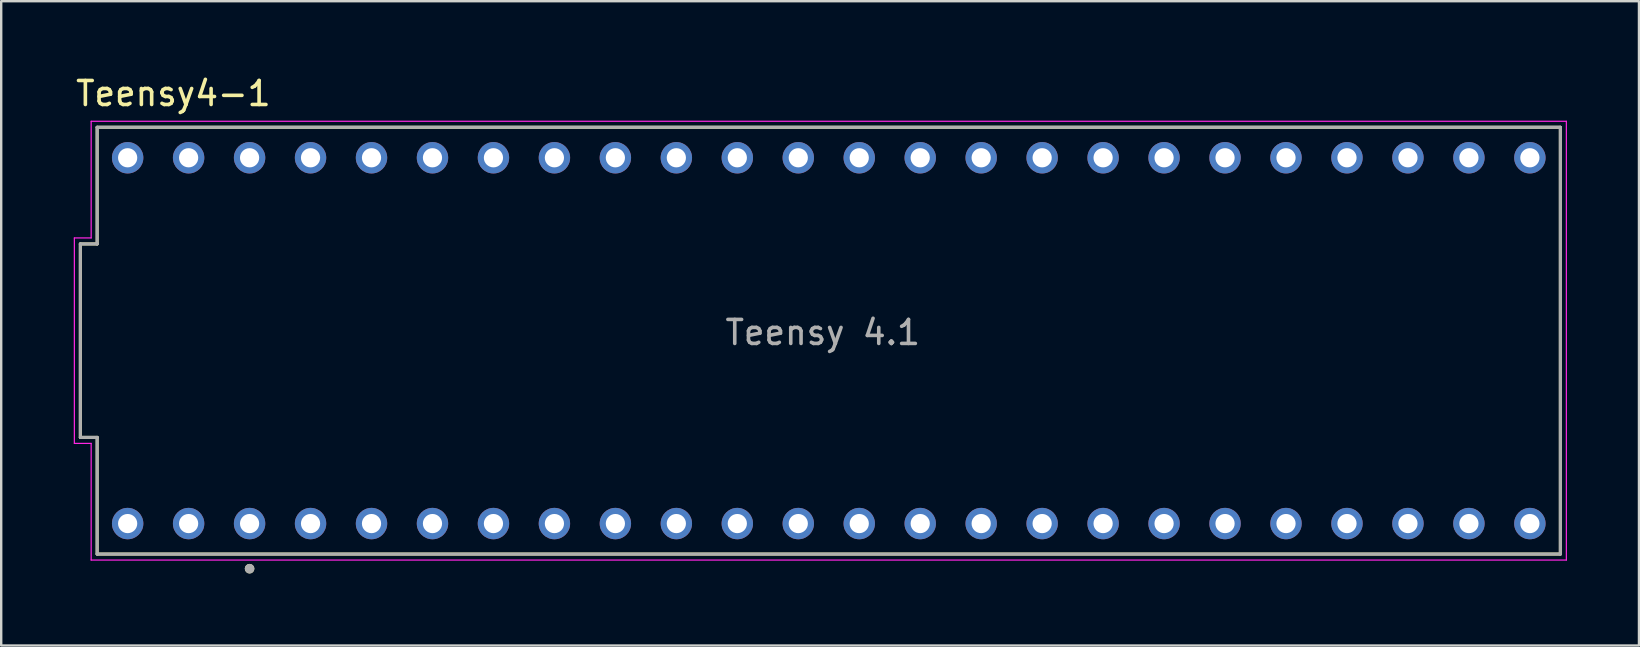
<source format=kicad_pcb>
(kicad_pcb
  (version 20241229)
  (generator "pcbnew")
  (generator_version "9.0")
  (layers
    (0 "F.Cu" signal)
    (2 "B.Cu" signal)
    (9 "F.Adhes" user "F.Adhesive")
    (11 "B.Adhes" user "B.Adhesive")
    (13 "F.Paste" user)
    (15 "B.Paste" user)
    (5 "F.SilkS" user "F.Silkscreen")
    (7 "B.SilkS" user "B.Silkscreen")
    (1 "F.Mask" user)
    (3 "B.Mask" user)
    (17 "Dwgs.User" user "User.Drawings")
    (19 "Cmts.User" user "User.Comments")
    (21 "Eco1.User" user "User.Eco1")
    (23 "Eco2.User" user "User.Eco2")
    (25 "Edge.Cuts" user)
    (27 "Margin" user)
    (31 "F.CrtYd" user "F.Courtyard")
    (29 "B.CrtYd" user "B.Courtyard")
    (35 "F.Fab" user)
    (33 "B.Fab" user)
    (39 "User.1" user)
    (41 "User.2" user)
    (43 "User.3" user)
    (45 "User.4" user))
  (footprint "Teensy4-1"
    (layer "F.Cu")
    (at 31.478 11.143)
    (property "Reference" "Teensy4-1" (at -27.305 -10.295 0) (layer "F.SilkS") (effects (font (size 1 1) (thickness 0.15))))
    (attr through_hole)
    (fp_line (start -31.18 4.03) (end -31.18 -4.03) (stroke (width 0.127) (type solid)) (layer "F.SilkS"))
    (fp_line (start -30.48 -8.89) (end -30.48 -4.03) (stroke (width 0.127) (type solid)) (layer "F.SilkS"))
    (fp_line (start -30.48 -8.89) (end 30.48 -8.89) (stroke (width 0.127) (type solid)) (layer "F.SilkS"))
    (fp_line (start -30.48 -4.03) (end -31.18 -4.03) (stroke (width 0.127) (type solid)) (layer "F.SilkS"))
    (fp_line (start -30.48 4.03) (end -31.18 4.03) (stroke (width 0.127) (type solid)) (layer "F.SilkS"))
    (fp_line (start -30.48 8.89) (end -30.48 4.03) (stroke (width 0.127) (type solid)) (layer "F.SilkS"))
    (fp_line (start 30.48 -8.89) (end 30.48 8.89) (stroke (width 0.127) (type solid)) (layer "F.SilkS"))
    (fp_line (start 30.48 8.89) (end -30.48 8.89) (stroke (width 0.127) (type solid)) (layer "F.SilkS"))
    (fp_circle (center -24.13 9.5) (end -24.03 9.5) (stroke (width 0.2) (type solid)) (fill no) (layer "F.SilkS"))
    (fp_line (start -31.43 4.28) (end -31.43 -4.28) (stroke (width 0.05) (type solid)) (layer "F.CrtYd"))
    (fp_line (start -30.73 -9.14) (end -30.73 -4.28) (stroke (width 0.05) (type solid)) (layer "F.CrtYd"))
    (fp_line (start -30.73 -9.14) (end 30.73 -9.14) (stroke (width 0.05) (type solid)) (layer "F.CrtYd"))
    (fp_line (start -30.73 -4.28) (end -31.43 -4.28) (stroke (width 0.05) (type solid)) (layer "F.CrtYd"))
    (fp_line (start -30.73 4.28) (end -31.43 4.28) (stroke (width 0.05) (type solid)) (layer "F.CrtYd"))
    (fp_line (start -30.73 9.14) (end -30.73 4.28) (stroke (width 0.05) (type solid)) (layer "F.CrtYd"))
    (fp_line (start 30.73 -9.14) (end 30.73 9.14) (stroke (width 0.05) (type solid)) (layer "F.CrtYd"))
    (fp_line (start 30.73 9.14) (end -30.73 9.14) (stroke (width 0.05) (type solid)) (layer "F.CrtYd"))
    (fp_line (start -31.18 4.03) (end -31.18 -4.03) (stroke (width 0.127) (type solid)) (layer "F.Fab"))
    (fp_line (start -30.48 -8.89) (end -30.48 -4.03) (stroke (width 0.127) (type solid)) (layer "F.Fab"))
    (fp_line (start -30.48 -8.89) (end 30.48 -8.89) (stroke (width 0.127) (type solid)) (layer "F.Fab"))
    (fp_line (start -30.48 -4.03) (end -31.18 -4.03) (stroke (width 0.127) (type solid)) (layer "F.Fab"))
    (fp_line (start -30.48 4.03) (end -31.18 4.03) (stroke (width 0.127) (type solid)) (layer "F.Fab"))
    (fp_line (start -30.48 8.89) (end -30.48 4.03) (stroke (width 0.127) (type solid)) (layer "F.Fab"))
    (fp_line (start 30.48 -8.89) (end 30.48 8.89) (stroke (width 0.127) (type solid)) (layer "F.Fab"))
    (fp_line (start 30.48 8.89) (end -30.48 8.89) (stroke (width 0.127) (type solid)) (layer "F.Fab"))
    (fp_circle (center -24.13 9.5) (end -24.03 9.5) (stroke (width 0.2) (type solid)) (fill no) (layer "F.Fab"))
    (fp_text user "Teensy 4.1" (at -0.25 -0.34 0) (layer "F.Fab") (effects (font (size 1 1) (thickness 0.15))))
    (pad "0" thru_hole circle (at -26.67 7.62) (size 1.308 1.308) (drill 0.8) (layers "*.Cu" "*.Mask"))
    (pad "1" thru_hole circle (at -24.13 7.62) (size 1.308 1.308) (drill 0.8) (layers "*.Cu" "*.Mask"))
    (pad "2" thru_hole circle (at -21.59 7.62) (size 1.308 1.308) (drill 0.8) (layers "*.Cu" "*.Mask"))
    (pad "3" thru_hole circle (at -19.05 7.62) (size 1.308 1.308) (drill 0.8) (layers "*.Cu" "*.Mask"))
    (pad "3.3V_1" thru_hole circle (at 6.35 7.62) (size 1.308 1.308) (drill 0.8) (layers "*.Cu" "*.Mask"))
    (pad "3.3V_2" thru_hole circle (at -24.13 -7.62) (size 1.308 1.308) (drill 0.8) (layers "*.Cu" "*.Mask"))
    (pad "4" thru_hole circle (at -16.51 7.62) (size 1.308 1.308) (drill 0.8) (layers "*.Cu" "*.Mask"))
    (pad "5" thru_hole circle (at -13.97 7.62) (size 1.308 1.308) (drill 0.8) (layers "*.Cu" "*.Mask"))
    (pad "6" thru_hole circle (at -11.43 7.62) (size 1.308 1.308) (drill 0.8) (layers "*.Cu" "*.Mask"))
    (pad "7" thru_hole circle (at -8.89 7.62) (size 1.308 1.308) (drill 0.8) (layers "*.Cu" "*.Mask"))
    (pad "8" thru_hole circle (at -6.35 7.62) (size 1.308 1.308) (drill 0.8) (layers "*.Cu" "*.Mask"))
    (pad "9" thru_hole circle (at -3.81 7.62) (size 1.308 1.308) (drill 0.8) (layers "*.Cu" "*.Mask"))
    (pad "10" thru_hole circle (at -1.27 7.62) (size 1.308 1.308) (drill 0.8) (layers "*.Cu" "*.Mask"))
    (pad "11" thru_hole circle (at 1.27 7.62) (size 1.308 1.308) (drill 0.8) (layers "*.Cu" "*.Mask"))
    (pad "12" thru_hole circle (at 3.81 7.62) (size 1.308 1.308) (drill 0.8) (layers "*.Cu" "*.Mask"))
    (pad "13" thru_hole circle (at 3.81 -7.62) (size 1.308 1.308) (drill 0.8) (layers "*.Cu" "*.Mask"))
    (pad "14" thru_hole circle (at 1.27 -7.62) (size 1.308 1.308) (drill 0.8) (layers "*.Cu" "*.Mask"))
    (pad "15" thru_hole circle (at -1.27 -7.62) (size 1.308 1.308) (drill 0.8) (layers "*.Cu" "*.Mask"))
    (pad "16" thru_hole circle (at -3.81 -7.62) (size 1.308 1.308) (drill 0.8) (layers "*.Cu" "*.Mask"))
    (pad "17" thru_hole circle (at -6.35 -7.62) (size 1.308 1.308) (drill 0.8) (layers "*.Cu" "*.Mask"))
    (pad "18" thru_hole circle (at -8.89 -7.62) (size 1.308 1.308) (drill 0.8) (layers "*.Cu" "*.Mask"))
    (pad "19" thru_hole circle (at -11.43 -7.62) (size 1.308 1.308) (drill 0.8) (layers "*.Cu" "*.Mask"))
    (pad "20" thru_hole circle (at -13.97 -7.62) (size 1.308 1.308) (drill 0.8) (layers "*.Cu" "*.Mask"))
    (pad "21" thru_hole circle (at -16.51 -7.62) (size 1.308 1.308) (drill 0.8) (layers "*.Cu" "*.Mask"))
    (pad "22" thru_hole circle (at -19.05 -7.62) (size 1.308 1.308) (drill 0.8) (layers "*.Cu" "*.Mask"))
    (pad "23" thru_hole circle (at -21.59 -7.62) (size 1.308 1.308) (drill 0.8) (layers "*.Cu" "*.Mask"))
    (pad "24" thru_hole circle (at 8.89 7.62) (size 1.308 1.308) (drill 0.8) (layers "*.Cu" "*.Mask"))
    (pad "25" thru_hole circle (at 11.43 7.62) (size 1.308 1.308) (drill 0.8) (layers "*.Cu" "*.Mask"))
    (pad "26" thru_hole circle (at 13.97 7.62) (size 1.308 1.308) (drill 0.8) (layers "*.Cu" "*.Mask"))
    (pad "27" thru_hole circle (at 16.51 7.62) (size 1.308 1.308) (drill 0.8) (layers "*.Cu" "*.Mask"))
    (pad "28" thru_hole circle (at 19.05 7.62) (size 1.308 1.308) (drill 0.8) (layers "*.Cu" "*.Mask"))
    (pad "29" thru_hole circle (at 21.59 7.62) (size 1.308 1.308) (drill 0.8) (layers "*.Cu" "*.Mask"))
    (pad "30" thru_hole circle (at 24.13 7.62) (size 1.308 1.308) (drill 0.8) (layers "*.Cu" "*.Mask"))
    (pad "31" thru_hole circle (at 26.67 7.62) (size 1.308 1.308) (drill 0.8) (layers "*.Cu" "*.Mask"))
    (pad "32" thru_hole circle (at 29.21 7.62) (size 1.308 1.308) (drill 0.8) (layers "*.Cu" "*.Mask"))
    (pad "33" thru_hole circle (at 29.21 -7.62) (size 1.308 1.308) (drill 0.8) (layers "*.Cu" "*.Mask"))
    (pad "34" thru_hole circle (at 26.67 -7.62) (size 1.308 1.308) (drill 0.8) (layers "*.Cu" "*.Mask"))
    (pad "35" thru_hole circle (at 24.13 -7.62) (size 1.308 1.308) (drill 0.8) (layers "*.Cu" "*.Mask"))
    (pad "36" thru_hole circle (at 21.59 -7.62) (size 1.308 1.308) (drill 0.8) (layers "*.Cu" "*.Mask"))
    (pad "37" thru_hole circle (at 19.05 -7.62) (size 1.308 1.308) (drill 0.8) (layers "*.Cu" "*.Mask"))
    (pad "38" thru_hole circle (at 16.51 -7.62) (size 1.308 1.308) (drill 0.8) (layers "*.Cu" "*.Mask"))
    (pad "39" thru_hole circle (at 13.97 -7.62) (size 1.308 1.308) (drill 0.8) (layers "*.Cu" "*.Mask"))
    (pad "40" thru_hole circle (at 11.43 -7.62) (size 1.308 1.308) (drill 0.8) (layers "*.Cu" "*.Mask"))
    (pad "41" thru_hole circle (at 8.89 -7.62) (size 1.308 1.308) (drill 0.8) (layers "*.Cu" "*.Mask"))
    (pad "GND1" thru_hole circle (at -29.21 7.62) (size 1.308 1.308) (drill 0.8) (layers "*.Cu" "*.Mask"))
    (pad "GND2" thru_hole circle (at 6.35 -7.62) (size 1.308 1.308) (drill 0.8) (layers "*.Cu" "*.Mask"))
    (pad "GND3" thru_hole circle (at -26.67 -7.62) (size 1.308 1.308) (drill 0.8) (layers "*.Cu" "*.Mask"))
    (pad "VIN" thru_hole circle (at -29.21 -7.62) (size 1.308 1.308) (drill 0.8) (layers "*.Cu" "*.Mask")))
  (gr_rect
    (start -3 -3)
    (end 65.233 23.843)
    (stroke (width 0.1) (type default))
    (fill no)
    (layer "Edge.Cuts")))
</source>
